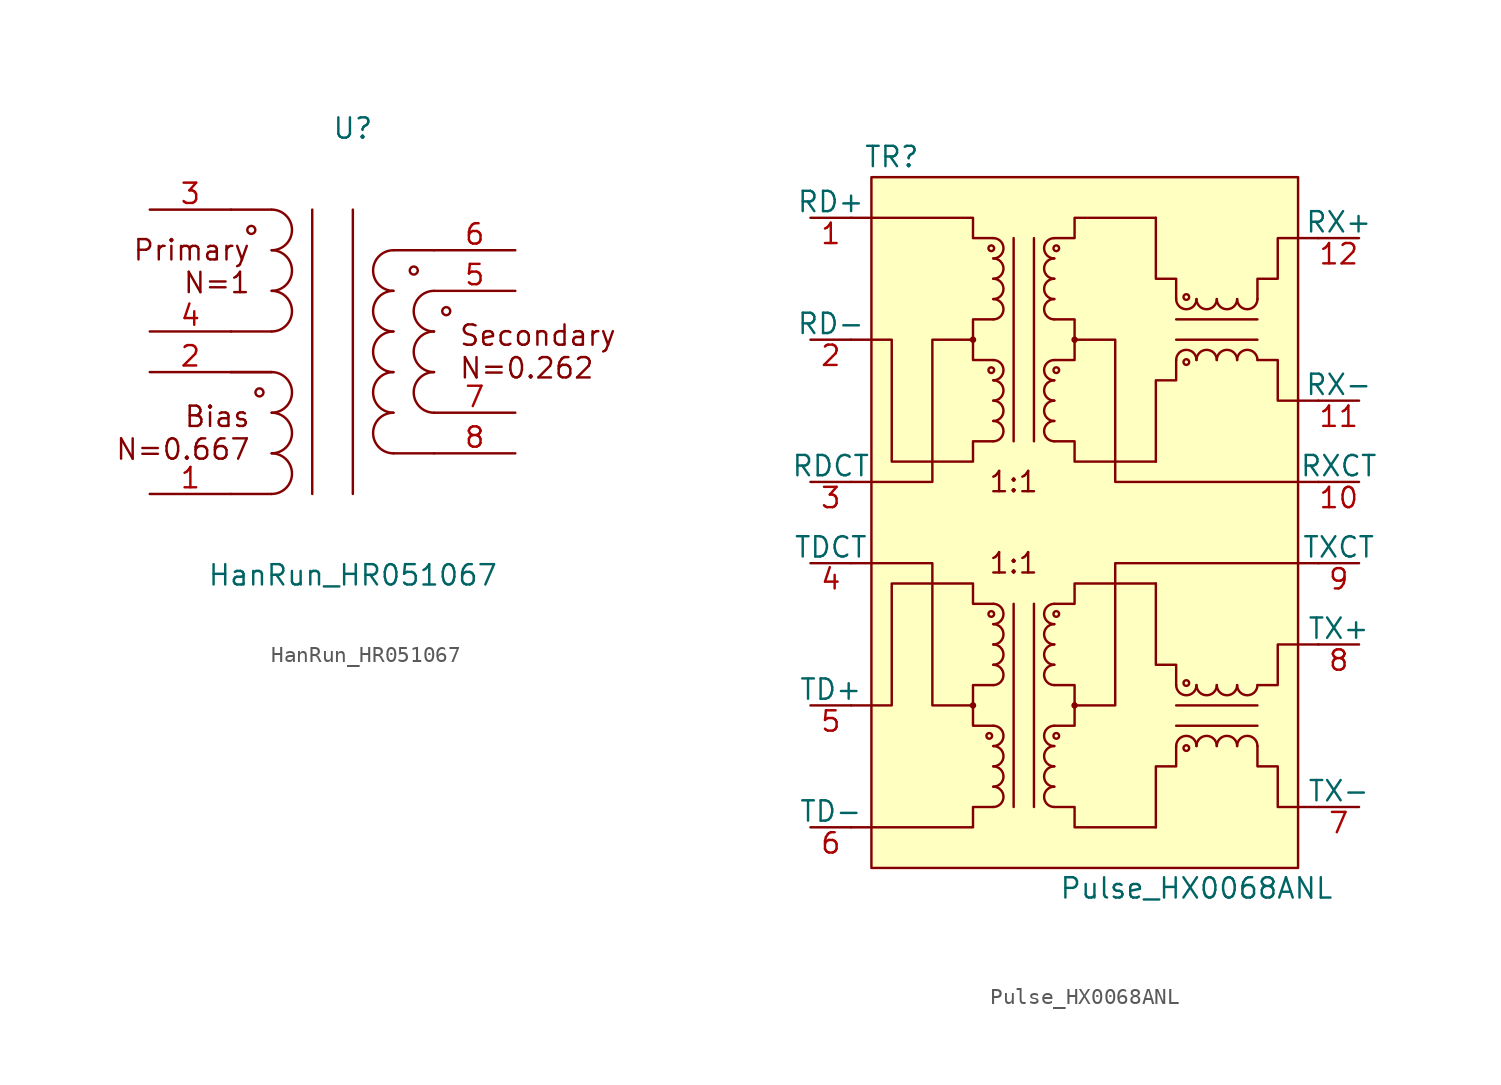
<source format=kicad_sym>
(kicad_symbol_lib
  (version 20231120)
  (generator "kicad_symbol_editor")
  (generator_version "8.0")
  (symbol "HanRun_HR051067"
    (property "Reference" "U"
      (at 0 15.24 0)
      (effects (font (size 1.27 1.27))))
    (property "Value" "HanRun_HR051067"
      (at 0 -12.7 0)
      (effects (font (size 1.27 1.27))))
    (symbol "HanRun_HR051067_0_1"
      (circle (center -6.35 8.89) (radius 0.25) (stroke (width 0) (type default)) (fill (type none)))
      (circle (center -5.84 -1.27) (radius 0.25) (stroke (width 0) (type default)) (fill (type none)))
      (arc (start -5.0756 -7.62) (mid -3.81 -6.35) (end -5.0756 -5.08) (stroke (width 0) (type default)) (fill (type none)))
      (arc (start -5.0756 -5.08) (mid -3.81 -3.81) (end -5.0756 -2.54) (stroke (width 0) (type default)) (fill (type none)))
      (arc (start -5.0756 -2.54) (mid -3.81 -1.27) (end -5.0756 0) (stroke (width 0) (type default)) (fill (type none)))
      (arc (start -5.0756 2.54) (mid -3.81 3.81) (end -5.0756 5.08) (stroke (width 0) (type default)) (fill (type none)))
      (arc (start -5.0756 5.08) (mid -3.81 6.35) (end -5.0756 7.62) (stroke (width 0) (type default)) (fill (type none)))
      (arc (start -5.0756 7.62) (mid -3.81 8.89) (end -5.0756 10.16) (stroke (width 0) (type default)) (fill (type none)))
      (polyline (pts (xy -7.62 -7.62) (xy -5.08 -7.62)) (stroke (width 0) (type default)) (fill (type none)))
      (polyline (pts (xy -7.62 0) (xy -5.08 0)) (stroke (width 0) (type default)) (fill (type none)))
      (polyline (pts (xy -7.62 0) (xy -5.08 0)) (stroke (width 0) (type default)) (fill (type none)))
      (polyline (pts (xy -7.62 2.54) (xy -5.08 2.54)) (stroke (width 0) (type default)) (fill (type none)))
      (polyline (pts (xy -7.62 10.16) (xy -5.08 10.16)) (stroke (width 0) (type default)) (fill (type none)))
      (polyline (pts (xy -2.54 10.16) (xy -2.54 -7.62)) (stroke (width 0) (type default)) (fill (type none)))
      (polyline (pts (xy 0 10.16) (xy 0 -7.62)) (stroke (width 0) (type default)) (fill (type none)))
      (polyline (pts (xy 5.08 -5.08) (xy 2.54 -5.08)) (stroke (width 0) (type default)) (fill (type none)))
      (polyline (pts (xy 5.08 7.62) (xy 2.54 7.62)) (stroke (width 0) (type default)) (fill (type none)))
      (arc (start 2.536 -2.54) (mid 1.27 -3.81) (end 2.536 -5.08) (stroke (width 0) (type default)) (fill (type none)))
      (arc (start 2.536 0) (mid 1.27 -1.27) (end 2.536 -2.54) (stroke (width 0) (type default)) (fill (type none)))
      (arc (start 2.536 2.54) (mid 1.27 1.27) (end 2.536 0) (stroke (width 0) (type default)) (fill (type none)))
      (arc (start 2.536 5.08) (mid 1.27 3.81) (end 2.536 2.54) (stroke (width 0) (type default)) (fill (type none)))
      (arc (start 2.536 7.62) (mid 1.27 6.35) (end 2.536 5.08) (stroke (width 0) (type default)) (fill (type none)))
      (circle (center 3.81 6.35) (radius 0.25) (stroke (width 0) (type default)) (fill (type none)))
      (arc (start 5.076 0) (mid 3.81 -1.27) (end 5.076 -2.54) (stroke (width 0) (type default)) (fill (type none)))
      (arc (start 5.076 2.54) (mid 3.81 1.27) (end 5.076 0) (stroke (width 0) (type default)) (fill (type none)))
      (arc (start 5.076 5.08) (mid 3.81 3.81) (end 5.076 2.54) (stroke (width 0) (type default)) (fill (type none)))
      (circle (center 5.84 3.81) (radius 0.25) (stroke (width 0) (type default)) (fill (type none)))
      (pin power_out line (at -12.7 -7.62 0) (length 5.08) (name "" (effects (font (size 1.27 1.27)))) (number "1" (effects (font (size 1.27 1.27)))))
      (pin power_out line (at -12.7 0 0) (length 5.08) (name "" (effects (font (size 1.27 1.27)))) (number "2" (effects (font (size 1.27 1.27)))))
      (pin power_in line (at -12.7 10.16 0) (length 5.08) (name "" (effects (font (size 1.27 1.27)))) (number "3" (effects (font (size 1.27 1.27)))))
      (pin power_in line (at -12.7 2.54 0) (length 5.08) (name "" (effects (font (size 1.27 1.27)))) (number "4" (effects (font (size 1.27 1.27)))))
      (pin power_out line (at 10.16 5.08 180) (length 5.08) (name "" (effects (font (size 1.27 1.27)))) (number "5" (effects (font (size 1.27 1.27)))))
      (pin power_out line (at 10.16 7.62 180) (length 5.08) (name "" (effects (font (size 1.27 1.27)))) (number "6" (effects (font (size 1.27 1.27)))))
      (pin power_out line (at 10.16 -2.54 180) (length 5.08) (name "" (effects (font (size 1.27 1.27)))) (number "7" (effects (font (size 1.27 1.27)))))
      (pin power_out line (at 10.16 -5.08 180) (length 5.08) (name "" (effects (font (size 1.27 1.27)))) (number "8" (effects (font (size 1.27 1.27))))))
    (symbol "HanRun_HR051067_1_1"
      (text "Bias\nN=0.667" (at -6.35 -3.81 0) (effects (font (size 1.27 1.27)) (justify right)))
      (text "Primary\nN=1" (at -6.35 6.604 0) (effects (font (size 1.27 1.27)) (justify right)))
      (text "Secondary\nN=0.262" (at 6.604 1.27 0) (effects (font (size 1.27 1.27)) (justify left)))))
  (symbol "Pulse_HX0068ANL"
    (pin_names
      (offset 0))
    (property "Reference" "TR"
      (at -12.7 22.86 0)
      (effects (font (size 1.27 1.27))))
    (property "Value" "Pulse_HX0068ANL"
      (at 6.35 -22.86 0)
      (effects (font (size 1.27 1.27))))
    (symbol "Pulse_HX0068ANL_0_0"
      (rectangle (start -13.97 21.59) (end 12.7 -21.59) (stroke (width 0) (type default)) (fill (type background)))
      (text "1:1" (at -5.08 -2.54 0) (effects (font (size 1.27 1.27))))
      (text "1:1" (at -5.08 2.54 0) (effects (font (size 1.27 1.27)))))
    (symbol "Pulse_HX0068ANL_0_1"
      (circle (center -7.62 11.43) (radius 0.127) (stroke (width 0) (type default)) (fill (type none)))
      (circle (center -1.27 11.43) (radius 0.127) (stroke (width 0) (type default)) (fill (type none)))
      (polyline (pts (xy -5.08 17.78) (xy -5.08 5.08)) (stroke (width 0) (type default)) (fill (type none)))
      (polyline (pts (xy -3.81 17.78) (xy -3.81 5.08)) (stroke (width 0) (type default)) (fill (type none)))
      (polyline (pts (xy 5.08 11.43) (xy 10.16 11.43)) (stroke (width 0) (type default)) (fill (type none)))
      (polyline (pts (xy 5.08 12.7) (xy 10.16 12.7)) (stroke (width 0) (type default)) (fill (type none)))
      (polyline (pts (xy -7.62 11.43) (xy -10.16 11.43) (xy -10.16 2.54) (xy -15.24 2.54)) (stroke (width 0) (type default)) (fill (type none)))
      (polyline (pts (xy -6.35 12.7) (xy -7.62 12.7) (xy -7.62 10.16) (xy -6.35 10.16)) (stroke (width 0) (type default)) (fill (type none)))
      (polyline (pts (xy -6.35 17.78) (xy -7.62 17.78) (xy -7.62 19.05) (xy -15.24 19.05)) (stroke (width 0) (type default)) (fill (type none)))
      (polyline (pts (xy -2.54 5.08) (xy -1.27 5.08) (xy -1.27 3.81) (xy 3.81 3.81)) (stroke (width 0) (type default)) (fill (type none)))
      (polyline (pts (xy -2.54 12.7) (xy -1.27 12.7) (xy -1.27 10.16) (xy -2.54 10.16)) (stroke (width 0) (type default)) (fill (type none)))
      (polyline (pts (xy -2.54 17.78) (xy -1.27 17.78) (xy -1.27 19.05) (xy 3.81 19.05)) (stroke (width 0) (type default)) (fill (type none)))
      (polyline (pts (xy -1.27 11.43) (xy 1.27 11.43) (xy 1.27 2.54) (xy 13.97 2.54)) (stroke (width 0) (type default)) (fill (type none)))
      (polyline (pts (xy 5.08 10.16) (xy 5.08 8.89) (xy 3.81 8.89) (xy 3.81 3.81)) (stroke (width 0) (type default)) (fill (type none)))
      (polyline (pts (xy 5.08 13.97) (xy 5.08 15.24) (xy 3.81 15.24) (xy 3.81 19.05)) (stroke (width 0) (type default)) (fill (type none)))
      (polyline (pts (xy 10.16 10.16) (xy 11.43 10.16) (xy 11.43 7.62) (xy 13.97 7.62)) (stroke (width 0) (type default)) (fill (type none)))
      (polyline (pts (xy 10.16 13.97) (xy 10.16 15.24) (xy 11.43 15.24) (xy 11.43 17.78) (xy 13.97 17.78)) (stroke (width 0) (type default)) (fill (type none)))
      (polyline (pts (xy -6.35 5.08) (xy -7.62 5.08) (xy -7.62 3.81) (xy -12.7 3.81) (xy -12.7 11.43) (xy -15.24 11.43)) (stroke (width 0) (type default)) (fill (type none))))
    (symbol "Pulse_HX0068ANL_1_1"
      (circle (center -7.62 -11.43) (radius 0.127) (stroke (width 0) (type default)) (fill (type none)))
      (circle (center -6.604 -13.335) (radius 0.178) (stroke (width 0) (type default)) (fill (type none)))
      (circle (center -6.477 -5.715) (radius 0.178) (stroke (width 0) (type default)) (fill (type none)))
      (circle (center -6.477 9.525) (radius 0.178) (stroke (width 0) (type default)) (fill (type none)))
      (circle (center -6.477 17.145) (radius 0.178) (stroke (width 0) (type default)) (fill (type none)))
      (arc (start -6.35 -17.78) (mid -5.7177 -17.145) (end -6.35 -16.51) (stroke (width 0) (type default)) (fill (type none)))
      (arc (start -6.35 -16.51) (mid -5.7177 -15.875) (end -6.35 -15.24) (stroke (width 0) (type default)) (fill (type none)))
      (arc (start -6.35 -15.24) (mid -5.7177 -14.605) (end -6.35 -13.97) (stroke (width 0) (type default)) (fill (type none)))
      (arc (start -6.35 -13.97) (mid -5.7177 -13.335) (end -6.35 -12.7) (stroke (width 0) (type default)) (fill (type none)))
      (arc (start -6.35 -10.16) (mid -5.7177 -9.525) (end -6.35 -8.89) (stroke (width 0) (type default)) (fill (type none)))
      (arc (start -6.35 -8.89) (mid -5.7177 -8.255) (end -6.35 -7.62) (stroke (width 0) (type default)) (fill (type none)))
      (arc (start -6.35 -7.62) (mid -5.7177 -6.985) (end -6.35 -6.35) (stroke (width 0) (type default)) (fill (type none)))
      (arc (start -6.35 -6.35) (mid -5.7177 -5.715) (end -6.35 -5.08) (stroke (width 0) (type default)) (fill (type none)))
      (arc (start -6.35 5.08) (mid -5.7177 5.715) (end -6.35 6.35) (stroke (width 0) (type default)) (fill (type none)))
      (arc (start -6.35 6.35) (mid -5.7177 6.985) (end -6.35 7.62) (stroke (width 0) (type default)) (fill (type none)))
      (arc (start -6.35 7.62) (mid -5.7177 8.255) (end -6.35 8.89) (stroke (width 0) (type default)) (fill (type none)))
      (arc (start -6.35 8.89) (mid -5.7177 9.525) (end -6.35 10.16) (stroke (width 0) (type default)) (fill (type none)))
      (arc (start -6.35 12.7) (mid -5.7177 13.335) (end -6.35 13.97) (stroke (width 0) (type default)) (fill (type none)))
      (arc (start -6.35 13.97) (mid -5.7177 14.605) (end -6.35 15.24) (stroke (width 0) (type default)) (fill (type none)))
      (arc (start -6.35 15.24) (mid -5.7177 15.875) (end -6.35 16.51) (stroke (width 0) (type default)) (fill (type none)))
      (arc (start -6.35 16.51) (mid -5.7177 17.145) (end -6.35 17.78) (stroke (width 0) (type default)) (fill (type none)))
      (arc (start -2.54 -16.51) (mid -3.1722 -17.145) (end -2.54 -17.78) (stroke (width 0) (type default)) (fill (type none)))
      (arc (start -2.54 -15.24) (mid -3.1722 -15.875) (end -2.54 -16.51) (stroke (width 0) (type default)) (fill (type none)))
      (arc (start -2.54 -13.97) (mid -3.1722 -14.605) (end -2.54 -15.24) (stroke (width 0) (type default)) (fill (type none)))
      (arc (start -2.54 -12.7) (mid -3.1722 -13.335) (end -2.54 -13.97) (stroke (width 0) (type default)) (fill (type none)))
      (arc (start -2.54 -8.89) (mid -3.1722 -9.525) (end -2.54 -10.16) (stroke (width 0) (type default)) (fill (type none)))
      (arc (start -2.54 -7.62) (mid -3.1722 -8.255) (end -2.54 -8.89) (stroke (width 0) (type default)) (fill (type none)))
      (arc (start -2.54 -6.35) (mid -3.1722 -6.985) (end -2.54 -7.62) (stroke (width 0) (type default)) (fill (type none)))
      (arc (start -2.54 -5.08) (mid -3.1722 -5.715) (end -2.54 -6.35) (stroke (width 0) (type default)) (fill (type none)))
      (arc (start -2.54 6.35) (mid -3.1722 5.715) (end -2.54 5.08) (stroke (width 0) (type default)) (fill (type none)))
      (arc (start -2.54 7.62) (mid -3.1722 6.985) (end -2.54 6.35) (stroke (width 0) (type default)) (fill (type none)))
      (arc (start -2.54 8.89) (mid -3.1722 8.255) (end -2.54 7.62) (stroke (width 0) (type default)) (fill (type none)))
      (arc (start -2.54 10.16) (mid -3.1722 9.525) (end -2.54 8.89) (stroke (width 0) (type default)) (fill (type none)))
      (arc (start -2.54 13.97) (mid -3.1722 13.335) (end -2.54 12.7) (stroke (width 0) (type default)) (fill (type none)))
      (arc (start -2.54 15.24) (mid -3.1722 14.605) (end -2.54 13.97) (stroke (width 0) (type default)) (fill (type none)))
      (arc (start -2.54 16.51) (mid -3.1722 15.875) (end -2.54 15.24) (stroke (width 0) (type default)) (fill (type none)))
      (arc (start -2.54 17.78) (mid -3.1722 17.145) (end -2.54 16.51) (stroke (width 0) (type default)) (fill (type none)))
      (circle (center -2.413 -13.335) (radius 0.178) (stroke (width 0) (type default)) (fill (type none)))
      (circle (center -2.413 -5.715) (radius 0.178) (stroke (width 0) (type default)) (fill (type none)))
      (circle (center -2.413 9.525) (radius 0.178) (stroke (width 0) (type default)) (fill (type none)))
      (circle (center -2.413 17.145) (radius 0.178) (stroke (width 0) (type default)) (fill (type none)))
      (circle (center -1.27 -11.43) (radius 0.127) (stroke (width 0) (type default)) (fill (type none)))
      (polyline (pts (xy -5.08 -17.78) (xy -5.08 -5.08)) (stroke (width 0) (type default)) (fill (type none)))
      (polyline (pts (xy -3.81 -17.78) (xy -3.81 -5.08)) (stroke (width 0) (type default)) (fill (type none)))
      (polyline (pts (xy 5.08 -12.7) (xy 10.16 -12.7)) (stroke (width 0) (type default)) (fill (type none)))
      (polyline (pts (xy 5.08 -11.43) (xy 10.16 -11.43)) (stroke (width 0) (type default)) (fill (type none)))
      (polyline (pts (xy -7.62 -11.43) (xy -10.16 -11.43) (xy -10.16 -2.54) (xy -15.24 -2.54)) (stroke (width 0) (type default)) (fill (type none)))
      (polyline (pts (xy -6.35 -17.78) (xy -7.62 -17.78) (xy -7.62 -19.05) (xy -15.24 -19.05)) (stroke (width 0) (type default)) (fill (type none)))
      (polyline (pts (xy -6.35 -12.7) (xy -7.62 -12.7) (xy -7.62 -10.16) (xy -6.35 -10.16)) (stroke (width 0) (type default)) (fill (type none)))
      (polyline (pts (xy -2.54 -17.78) (xy -1.27 -17.78) (xy -1.27 -19.05) (xy 3.81 -19.05)) (stroke (width 0) (type default)) (fill (type none)))
      (polyline (pts (xy -2.54 -12.7) (xy -1.27 -12.7) (xy -1.27 -10.16) (xy -2.54 -10.16)) (stroke (width 0) (type default)) (fill (type none)))
      (polyline (pts (xy -2.54 -5.08) (xy -1.27 -5.08) (xy -1.27 -3.81) (xy 3.81 -3.81)) (stroke (width 0) (type default)) (fill (type none)))
      (polyline (pts (xy -1.27 -11.43) (xy 1.27 -11.43) (xy 1.27 -2.54) (xy 13.97 -2.54)) (stroke (width 0) (type default)) (fill (type none)))
      (polyline (pts (xy 5.08 -13.97) (xy 5.08 -15.24) (xy 3.81 -15.24) (xy 3.81 -19.05)) (stroke (width 0) (type default)) (fill (type none)))
      (polyline (pts (xy 5.08 -10.16) (xy 5.08 -8.89) (xy 3.81 -8.89) (xy 3.81 -3.81)) (stroke (width 0) (type default)) (fill (type none)))
      (polyline (pts (xy 10.16 -10.16) (xy 11.43 -10.16) (xy 11.43 -7.62) (xy 13.97 -7.62)) (stroke (width 0) (type default)) (fill (type none)))
      (polyline (pts (xy 10.16 -13.97) (xy 10.16 -15.24) (xy 11.43 -15.24) (xy 11.43 -17.78) (xy 13.97 -17.78)) (stroke (width 0) (type default)) (fill (type none)))
      (polyline (pts (xy -6.35 -5.08) (xy -7.62 -5.08) (xy -7.62 -3.81) (xy -12.7 -3.81) (xy -12.7 -11.43) (xy -15.24 -11.43)) (stroke (width 0) (type default)) (fill (type none)))
      (arc (start 5.08 -10.16) (mid 5.715 -10.7922) (end 6.35 -10.16) (stroke (width 0) (type default)) (fill (type none)))
      (arc (start 5.08 13.97) (mid 5.715 13.3377) (end 6.35 13.97) (stroke (width 0) (type default)) (fill (type none)))
      (circle (center 5.715 -14.097) (radius 0.178) (stroke (width 0) (type default)) (fill (type none)))
      (circle (center 5.715 -10.033) (radius 0.178) (stroke (width 0) (type default)) (fill (type none)))
      (circle (center 5.715 10.033) (radius 0.178) (stroke (width 0) (type default)) (fill (type none)))
      (circle (center 5.715 14.097) (radius 0.178) (stroke (width 0) (type default)) (fill (type none)))
      (arc (start 6.35 -13.97) (mid 5.715 -13.3377) (end 5.08 -13.97) (stroke (width 0) (type default)) (fill (type none)))
      (arc (start 6.35 -10.16) (mid 6.985 -10.7922) (end 7.62 -10.16) (stroke (width 0) (type default)) (fill (type none)))
      (arc (start 6.35 10.16) (mid 5.715 10.7922) (end 5.08 10.16) (stroke (width 0) (type default)) (fill (type none)))
      (arc (start 6.35 13.97) (mid 6.985 13.3377) (end 7.62 13.97) (stroke (width 0) (type default)) (fill (type none)))
      (arc (start 7.62 -13.97) (mid 6.985 -13.3377) (end 6.35 -13.97) (stroke (width 0) (type default)) (fill (type none)))
      (arc (start 7.62 -10.16) (mid 8.255 -10.7922) (end 8.89 -10.16) (stroke (width 0) (type default)) (fill (type none)))
      (arc (start 7.62 10.16) (mid 6.985 10.7922) (end 6.35 10.16) (stroke (width 0) (type default)) (fill (type none)))
      (arc (start 7.62 13.97) (mid 8.255 13.3377) (end 8.89 13.97) (stroke (width 0) (type default)) (fill (type none)))
      (arc (start 8.89 -13.97) (mid 8.255 -13.3377) (end 7.62 -13.97) (stroke (width 0) (type default)) (fill (type none)))
      (arc (start 8.89 -10.16) (mid 9.525 -10.7922) (end 10.16 -10.16) (stroke (width 0) (type default)) (fill (type none)))
      (arc (start 8.89 10.16) (mid 8.255 10.7922) (end 7.62 10.16) (stroke (width 0) (type default)) (fill (type none)))
      (arc (start 8.89 13.97) (mid 9.525 13.3377) (end 10.16 13.97) (stroke (width 0) (type default)) (fill (type none)))
      (arc (start 10.16 -13.97) (mid 9.525 -13.3377) (end 8.89 -13.97) (stroke (width 0) (type default)) (fill (type none)))
      (arc (start 10.16 10.16) (mid 9.525 10.7922) (end 8.89 10.16) (stroke (width 0) (type default)) (fill (type none)))
      (pin passive line (at -17.78 19.05 0) (length 2.54) (name "RD+" (effects (font (size 1.27 1.27)))) (number "1" (effects (font (size 1.27 1.27)))))
      (pin passive line (at 16.51 2.54 180) (length 2.54) (name "RXCT" (effects (font (size 1.27 1.27)))) (number "10" (effects (font (size 1.27 1.27)))))
      (pin passive line (at 16.51 7.62 180) (length 2.54) (name "RX-" (effects (font (size 1.27 1.27)))) (number "11" (effects (font (size 1.27 1.27)))))
      (pin passive line (at 16.51 17.78 180) (length 2.54) (name "RX+" (effects (font (size 1.27 1.27)))) (number "12" (effects (font (size 1.27 1.27)))))
      (pin passive line (at -17.78 11.43 0) (length 2.54) (name "RD-" (effects (font (size 1.27 1.27)))) (number "2" (effects (font (size 1.27 1.27)))))
      (pin passive line (at -17.78 2.54 0) (length 2.54) (name "RDCT" (effects (font (size 1.27 1.27)))) (number "3" (effects (font (size 1.27 1.27)))))
      (pin passive line (at -17.78 -2.54 0) (length 2.54) (name "TDCT" (effects (font (size 1.27 1.27)))) (number "4" (effects (font (size 1.27 1.27)))))
      (pin passive line (at -17.78 -11.43 0) (length 2.54) (name "TD+" (effects (font (size 1.27 1.27)))) (number "5" (effects (font (size 1.27 1.27)))))
      (pin passive line (at -17.78 -19.05 0) (length 2.54) (name "TD-" (effects (font (size 1.27 1.27)))) (number "6" (effects (font (size 1.27 1.27)))))
      (pin passive line (at 16.51 -17.78 180) (length 2.54) (name "TX-" (effects (font (size 1.27 1.27)))) (number "7" (effects (font (size 1.27 1.27)))))
      (pin passive line (at 16.51 -7.62 180) (length 2.54) (name "TX+" (effects (font (size 1.27 1.27)))) (number "8" (effects (font (size 1.27 1.27)))))
      (pin passive line (at 16.51 -2.54 180) (length 2.54) (name "TXCT" (effects (font (size 1.27 1.27)))) (number "9" (effects (font (size 1.27 1.27))))))))
</source>
